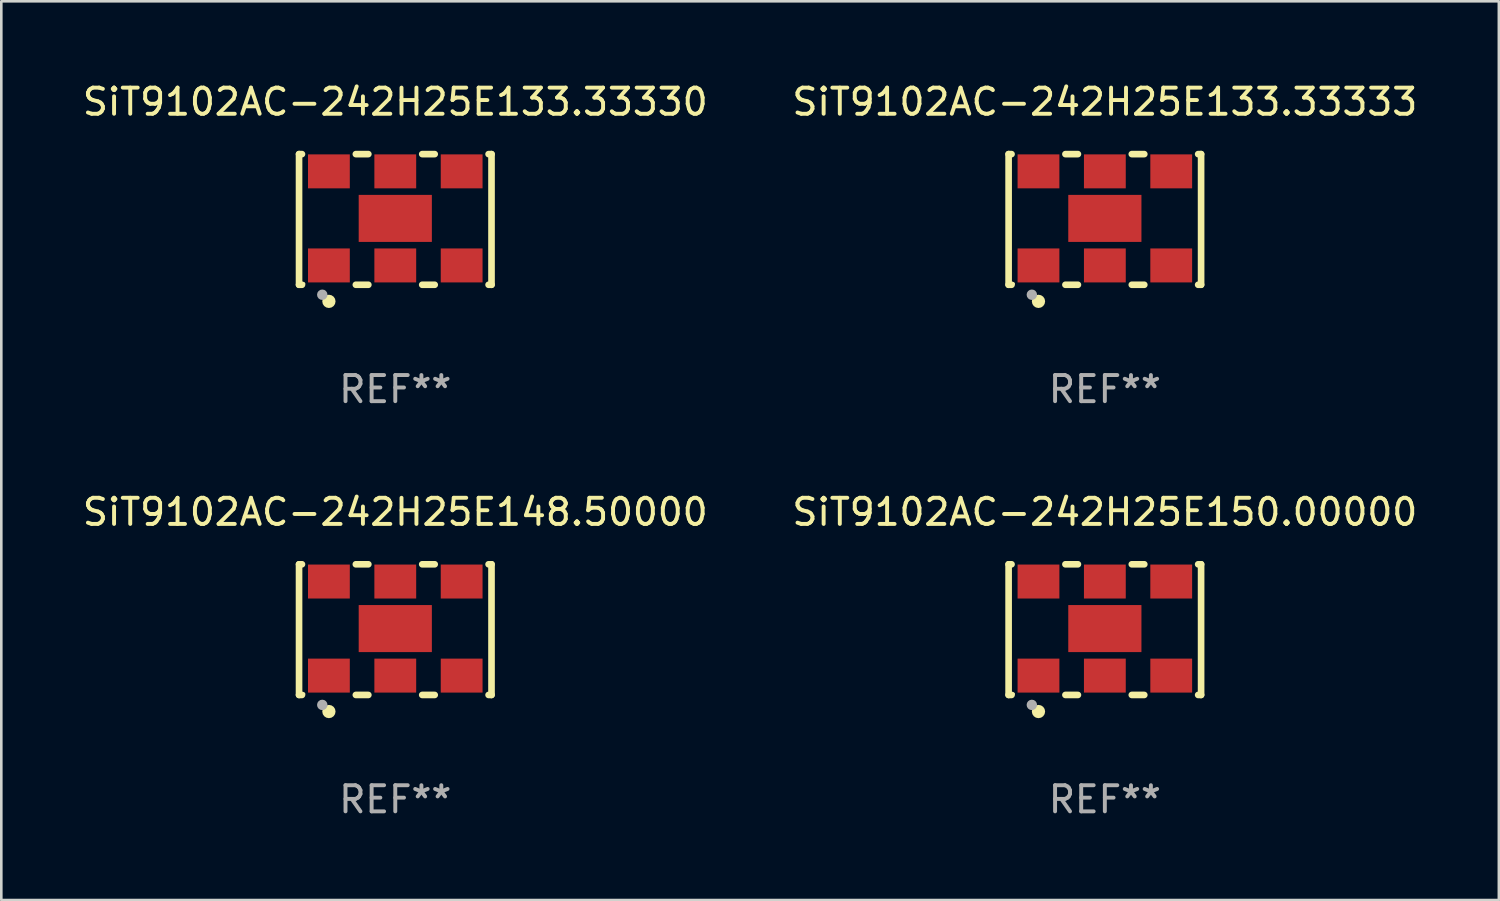
<source format=kicad_pcb>
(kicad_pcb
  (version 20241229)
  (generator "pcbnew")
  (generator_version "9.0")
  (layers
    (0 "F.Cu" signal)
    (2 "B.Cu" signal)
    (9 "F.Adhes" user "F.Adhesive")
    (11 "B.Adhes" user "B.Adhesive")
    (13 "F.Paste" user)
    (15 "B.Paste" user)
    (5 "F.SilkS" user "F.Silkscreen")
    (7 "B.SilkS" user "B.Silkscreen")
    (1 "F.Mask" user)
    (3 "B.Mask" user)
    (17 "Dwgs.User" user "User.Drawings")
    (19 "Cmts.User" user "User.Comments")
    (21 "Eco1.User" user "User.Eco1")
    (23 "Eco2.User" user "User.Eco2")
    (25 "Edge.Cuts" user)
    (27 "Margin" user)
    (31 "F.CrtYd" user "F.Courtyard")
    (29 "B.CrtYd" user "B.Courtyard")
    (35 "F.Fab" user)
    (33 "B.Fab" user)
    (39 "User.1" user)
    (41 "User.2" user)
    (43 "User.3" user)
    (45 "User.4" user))
  (footprint "SiT9102AC-242H25E148.50000"
    (layer "F.Cu")
    (at 12.077 21.045)
    (property "Reference" "SiT9102AC-242H25E148.50000" (at 0 -4.5 0) (layer "F.SilkS") (effects (font (size 1 1) (thickness 0.15))))
    (attr through_hole)
    (fp_line (start -3.683 -2.5) (end -3.571 -2.5) (stroke (width 0.254) (type solid)) (layer "F.SilkS"))
    (fp_line (start -3.683 2.5) (end -3.683 -2.5) (stroke (width 0.254) (type solid)) (layer "F.SilkS"))
    (fp_line (start -3.683 2.5) (end -3.571 2.5) (stroke (width 0.254) (type solid)) (layer "F.SilkS"))
    (fp_line (start -1.509 -2.5) (end -1.031 -2.5) (stroke (width 0.254) (type solid)) (layer "F.SilkS"))
    (fp_line (start -1.509 2.5) (end -1.031 2.5) (stroke (width 0.254) (type solid)) (layer "F.SilkS"))
    (fp_line (start 1.031 -2.5) (end 1.509 -2.5) (stroke (width 0.254) (type solid)) (layer "F.SilkS"))
    (fp_line (start 1.031 2.5) (end 1.509 2.5) (stroke (width 0.254) (type solid)) (layer "F.SilkS"))
    (fp_line (start 3.571 -2.5) (end 3.683 -2.5) (stroke (width 0.254) (type solid)) (layer "F.SilkS"))
    (fp_line (start 3.571 2.5) (end 3.683 2.5) (stroke (width 0.254) (type solid)) (layer "F.SilkS"))
    (fp_line (start 3.683 2.5) (end 3.683 -2.5) (stroke (width 0.254) (type solid)) (layer "F.SilkS"))
    (fp_circle (center -3.5 2.46) (end -3.47 2.46) (stroke (width 0.06) (type solid)) (fill no) (layer "F.SilkS"))
    (fp_circle (center -2.54 3.135) (end -2.413 3.135) (stroke (width 0.254) (type solid)) (fill no) (layer "F.SilkS"))
    (fp_circle (center -2.794 2.881) (end -2.694 2.881) (stroke (width 0.2) (type solid)) (fill no) (layer "F.Fab"))
    (fp_text user "REF**" (at 0 6.5 0) (layer "F.Fab") (effects (font (size 1 1) (thickness 0.15))))
    (pad "1" smd rect (at -2.54 1.76) (size 1.6 1.3) (layers "F.Cu" "F.Mask" "F.Paste"))
    (pad "2" smd rect (at 0 1.76) (size 1.6 1.3) (layers "F.Cu" "F.Mask" "F.Paste"))
    (pad "3" smd rect (at 2.54 1.76) (size 1.6 1.3) (layers "F.Cu" "F.Mask" "F.Paste"))
    (pad "4" smd rect (at 2.54 -1.84) (size 1.6 1.3) (layers "F.Cu" "F.Mask" "F.Paste"))
    (pad "5" smd rect (at 0 -1.84) (size 1.6 1.3) (layers "F.Cu" "F.Mask" "F.Paste"))
    (pad "6" smd rect (at -2.54 -1.84) (size 1.6 1.3) (layers "F.Cu" "F.Mask" "F.Paste"))
    (pad "7" smd rect (at 0 -0.04) (size 2.8 1.8) (layers "F.Cu" "F.Mask" "F.Paste")))
  (footprint "SiT9102AC-242H25E133.33333"
    (layer "F.Cu")
    (at 39.232 5.348)
    (property "Reference" "SiT9102AC-242H25E133.33333" (at 0 -4.5 0) (layer "F.SilkS") (effects (font (size 1 1) (thickness 0.15))))
    (attr through_hole)
    (fp_line (start -3.683 -2.5) (end -3.571 -2.5) (stroke (width 0.254) (type solid)) (layer "F.SilkS"))
    (fp_line (start -3.683 2.5) (end -3.683 -2.5) (stroke (width 0.254) (type solid)) (layer "F.SilkS"))
    (fp_line (start -3.683 2.5) (end -3.571 2.5) (stroke (width 0.254) (type solid)) (layer "F.SilkS"))
    (fp_line (start -1.509 -2.5) (end -1.031 -2.5) (stroke (width 0.254) (type solid)) (layer "F.SilkS"))
    (fp_line (start -1.509 2.5) (end -1.031 2.5) (stroke (width 0.254) (type solid)) (layer "F.SilkS"))
    (fp_line (start 1.031 -2.5) (end 1.509 -2.5) (stroke (width 0.254) (type solid)) (layer "F.SilkS"))
    (fp_line (start 1.031 2.5) (end 1.509 2.5) (stroke (width 0.254) (type solid)) (layer "F.SilkS"))
    (fp_line (start 3.571 -2.5) (end 3.683 -2.5) (stroke (width 0.254) (type solid)) (layer "F.SilkS"))
    (fp_line (start 3.571 2.5) (end 3.683 2.5) (stroke (width 0.254) (type solid)) (layer "F.SilkS"))
    (fp_line (start 3.683 2.5) (end 3.683 -2.5) (stroke (width 0.254) (type solid)) (layer "F.SilkS"))
    (fp_circle (center -3.5 2.46) (end -3.47 2.46) (stroke (width 0.06) (type solid)) (fill no) (layer "F.SilkS"))
    (fp_circle (center -2.54 3.135) (end -2.413 3.135) (stroke (width 0.254) (type solid)) (fill no) (layer "F.SilkS"))
    (fp_circle (center -2.794 2.881) (end -2.694 2.881) (stroke (width 0.2) (type solid)) (fill no) (layer "F.Fab"))
    (fp_text user "REF**" (at 0 6.5 0) (layer "F.Fab") (effects (font (size 1 1) (thickness 0.15))))
    (pad "1" smd rect (at -2.54 1.76) (size 1.6 1.3) (layers "F.Cu" "F.Mask" "F.Paste"))
    (pad "2" smd rect (at 0 1.76) (size 1.6 1.3) (layers "F.Cu" "F.Mask" "F.Paste"))
    (pad "3" smd rect (at 2.54 1.76) (size 1.6 1.3) (layers "F.Cu" "F.Mask" "F.Paste"))
    (pad "4" smd rect (at 2.54 -1.84) (size 1.6 1.3) (layers "F.Cu" "F.Mask" "F.Paste"))
    (pad "5" smd rect (at 0 -1.84) (size 1.6 1.3) (layers "F.Cu" "F.Mask" "F.Paste"))
    (pad "6" smd rect (at -2.54 -1.84) (size 1.6 1.3) (layers "F.Cu" "F.Mask" "F.Paste"))
    (pad "7" smd rect (at 0 -0.04) (size 2.8 1.8) (layers "F.Cu" "F.Mask" "F.Paste")))
  (footprint "SiT9102AC-242H25E133.33330"
    (layer "F.Cu")
    (at 12.077 5.348)
    (property "Reference" "SiT9102AC-242H25E133.33330" (at 0 -4.5 0) (layer "F.SilkS") (effects (font (size 1 1) (thickness 0.15))))
    (attr through_hole)
    (fp_line (start -3.683 -2.5) (end -3.571 -2.5) (stroke (width 0.254) (type solid)) (layer "F.SilkS"))
    (fp_line (start -3.683 2.5) (end -3.683 -2.5) (stroke (width 0.254) (type solid)) (layer "F.SilkS"))
    (fp_line (start -3.683 2.5) (end -3.571 2.5) (stroke (width 0.254) (type solid)) (layer "F.SilkS"))
    (fp_line (start -1.509 -2.5) (end -1.031 -2.5) (stroke (width 0.254) (type solid)) (layer "F.SilkS"))
    (fp_line (start -1.509 2.5) (end -1.031 2.5) (stroke (width 0.254) (type solid)) (layer "F.SilkS"))
    (fp_line (start 1.031 -2.5) (end 1.509 -2.5) (stroke (width 0.254) (type solid)) (layer "F.SilkS"))
    (fp_line (start 1.031 2.5) (end 1.509 2.5) (stroke (width 0.254) (type solid)) (layer "F.SilkS"))
    (fp_line (start 3.571 -2.5) (end 3.683 -2.5) (stroke (width 0.254) (type solid)) (layer "F.SilkS"))
    (fp_line (start 3.571 2.5) (end 3.683 2.5) (stroke (width 0.254) (type solid)) (layer "F.SilkS"))
    (fp_line (start 3.683 2.5) (end 3.683 -2.5) (stroke (width 0.254) (type solid)) (layer "F.SilkS"))
    (fp_circle (center -3.5 2.46) (end -3.47 2.46) (stroke (width 0.06) (type solid)) (fill no) (layer "F.SilkS"))
    (fp_circle (center -2.54 3.135) (end -2.413 3.135) (stroke (width 0.254) (type solid)) (fill no) (layer "F.SilkS"))
    (fp_circle (center -2.794 2.881) (end -2.694 2.881) (stroke (width 0.2) (type solid)) (fill no) (layer "F.Fab"))
    (fp_text user "REF**" (at 0 6.5 0) (layer "F.Fab") (effects (font (size 1 1) (thickness 0.15))))
    (pad "1" smd rect (at -2.54 1.76) (size 1.6 1.3) (layers "F.Cu" "F.Mask" "F.Paste"))
    (pad "2" smd rect (at 0 1.76) (size 1.6 1.3) (layers "F.Cu" "F.Mask" "F.Paste"))
    (pad "3" smd rect (at 2.54 1.76) (size 1.6 1.3) (layers "F.Cu" "F.Mask" "F.Paste"))
    (pad "4" smd rect (at 2.54 -1.84) (size 1.6 1.3) (layers "F.Cu" "F.Mask" "F.Paste"))
    (pad "5" smd rect (at 0 -1.84) (size 1.6 1.3) (layers "F.Cu" "F.Mask" "F.Paste"))
    (pad "6" smd rect (at -2.54 -1.84) (size 1.6 1.3) (layers "F.Cu" "F.Mask" "F.Paste"))
    (pad "7" smd rect (at 0 -0.04) (size 2.8 1.8) (layers "F.Cu" "F.Mask" "F.Paste")))
  (footprint "SiT9102AC-242H25E150.00000"
    (layer "F.Cu")
    (at 39.232 21.045)
    (property "Reference" "SiT9102AC-242H25E150.00000" (at 0 -4.5 0) (layer "F.SilkS") (effects (font (size 1 1) (thickness 0.15))))
    (attr through_hole)
    (fp_line (start -3.683 -2.5) (end -3.571 -2.5) (stroke (width 0.254) (type solid)) (layer "F.SilkS"))
    (fp_line (start -3.683 2.5) (end -3.683 -2.5) (stroke (width 0.254) (type solid)) (layer "F.SilkS"))
    (fp_line (start -3.683 2.5) (end -3.571 2.5) (stroke (width 0.254) (type solid)) (layer "F.SilkS"))
    (fp_line (start -1.509 -2.5) (end -1.031 -2.5) (stroke (width 0.254) (type solid)) (layer "F.SilkS"))
    (fp_line (start -1.509 2.5) (end -1.031 2.5) (stroke (width 0.254) (type solid)) (layer "F.SilkS"))
    (fp_line (start 1.031 -2.5) (end 1.509 -2.5) (stroke (width 0.254) (type solid)) (layer "F.SilkS"))
    (fp_line (start 1.031 2.5) (end 1.509 2.5) (stroke (width 0.254) (type solid)) (layer "F.SilkS"))
    (fp_line (start 3.571 -2.5) (end 3.683 -2.5) (stroke (width 0.254) (type solid)) (layer "F.SilkS"))
    (fp_line (start 3.571 2.5) (end 3.683 2.5) (stroke (width 0.254) (type solid)) (layer "F.SilkS"))
    (fp_line (start 3.683 2.5) (end 3.683 -2.5) (stroke (width 0.254) (type solid)) (layer "F.SilkS"))
    (fp_circle (center -3.5 2.46) (end -3.47 2.46) (stroke (width 0.06) (type solid)) (fill no) (layer "F.SilkS"))
    (fp_circle (center -2.54 3.135) (end -2.413 3.135) (stroke (width 0.254) (type solid)) (fill no) (layer "F.SilkS"))
    (fp_circle (center -2.794 2.881) (end -2.694 2.881) (stroke (width 0.2) (type solid)) (fill no) (layer "F.Fab"))
    (fp_text user "REF**" (at 0 6.5 0) (layer "F.Fab") (effects (font (size 1 1) (thickness 0.15))))
    (pad "1" smd rect (at -2.54 1.76) (size 1.6 1.3) (layers "F.Cu" "F.Mask" "F.Paste"))
    (pad "2" smd rect (at 0 1.76) (size 1.6 1.3) (layers "F.Cu" "F.Mask" "F.Paste"))
    (pad "3" smd rect (at 2.54 1.76) (size 1.6 1.3) (layers "F.Cu" "F.Mask" "F.Paste"))
    (pad "4" smd rect (at 2.54 -1.84) (size 1.6 1.3) (layers "F.Cu" "F.Mask" "F.Paste"))
    (pad "5" smd rect (at 0 -1.84) (size 1.6 1.3) (layers "F.Cu" "F.Mask" "F.Paste"))
    (pad "6" smd rect (at -2.54 -1.84) (size 1.6 1.3) (layers "F.Cu" "F.Mask" "F.Paste"))
    (pad "7" smd rect (at 0 -0.04) (size 2.8 1.8) (layers "F.Cu" "F.Mask" "F.Paste")))
  (gr_rect
    (start -3 -3)
    (end 54.31 31.393)
    (stroke (width 0.1) (type default))
    (fill no)
    (layer "Edge.Cuts")))
</source>
